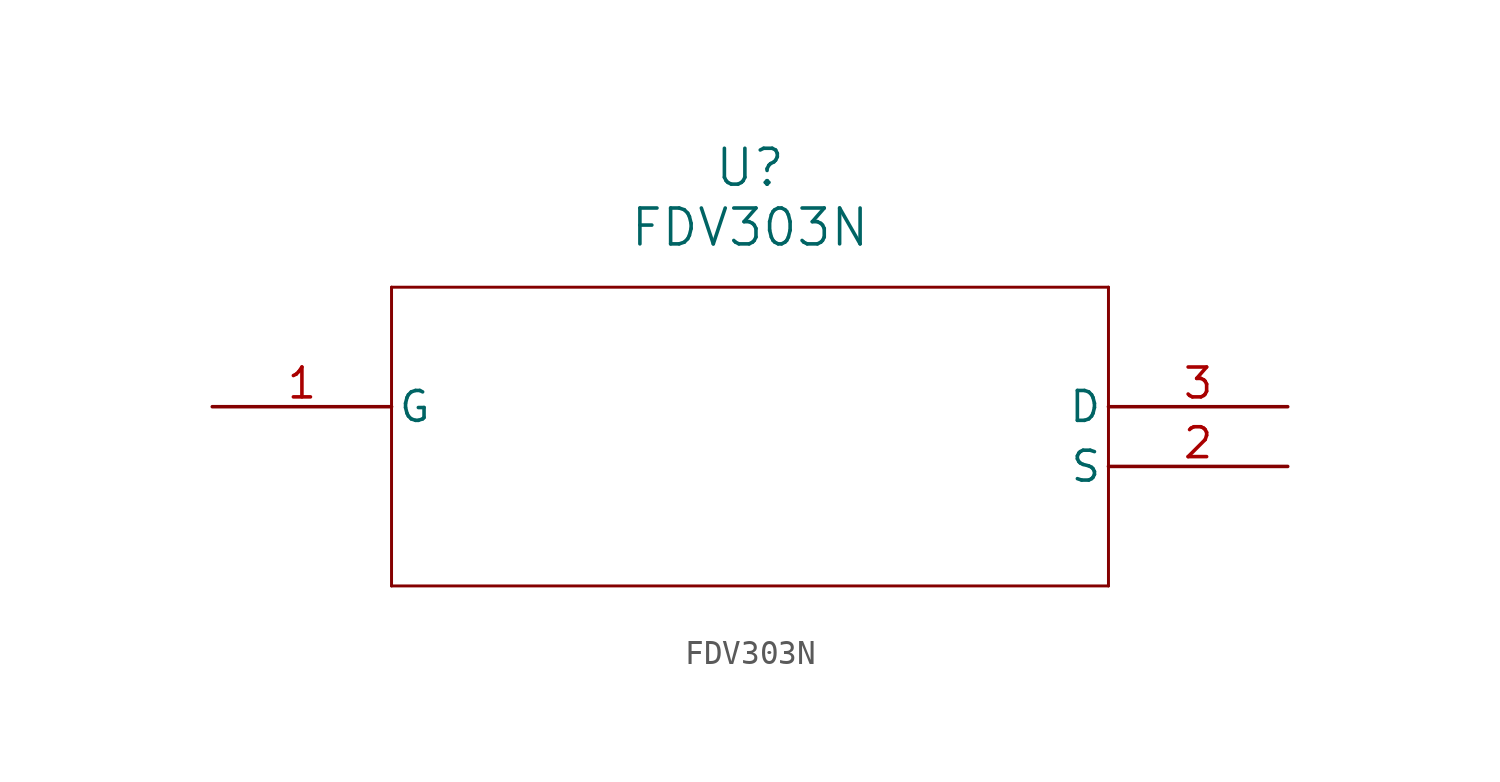
<source format=kicad_sym>
(kicad_symbol_lib
  (version 20211014)
  (generator kicad_symbol_editor)
  (symbol "FDV303N"
    (pin_names
      (offset 0.254))
    (property "Reference" "U"
      (at 22.86 10.16 0)
      (effects (font (size 1.524 1.524))))
    (property "Value" "FDV303N"
      (at 22.86 7.62 0)
      (effects (font (size 1.524 1.524))))
    (symbol "FDV303N_0_1"
      (polyline (pts (xy 7.62 5.08) (xy 7.62 -7.62)) (stroke (width 0.127) (type default) (color 0 0 0 0)) (fill (type none)))
      (polyline (pts (xy 7.62 -7.62) (xy 38.1 -7.62)) (stroke (width 0.127) (type default) (color 0 0 0 0)) (fill (type none)))
      (polyline (pts (xy 38.1 -7.62) (xy 38.1 5.08)) (stroke (width 0.127) (type default) (color 0 0 0 0)) (fill (type none)))
      (polyline (pts (xy 38.1 5.08) (xy 7.62 5.08)) (stroke (width 0.127) (type default) (color 0 0 0 0)) (fill (type none)))
      (pin unspecified line (at 0 0 0) (length 7.62) (name "G" (effects (font (size 1.27 1.27)))) (number "1" (effects (font (size 1.27 1.27)))))
      (pin unspecified line (at 45.72 -2.54 180) (length 7.62) (name "S" (effects (font (size 1.27 1.27)))) (number "2" (effects (font (size 1.27 1.27)))))
      (pin unspecified line (at 45.72 0 180) (length 7.62) (name "D" (effects (font (size 1.27 1.27)))) (number "3" (effects (font (size 1.27 1.27))))))))
</source>
